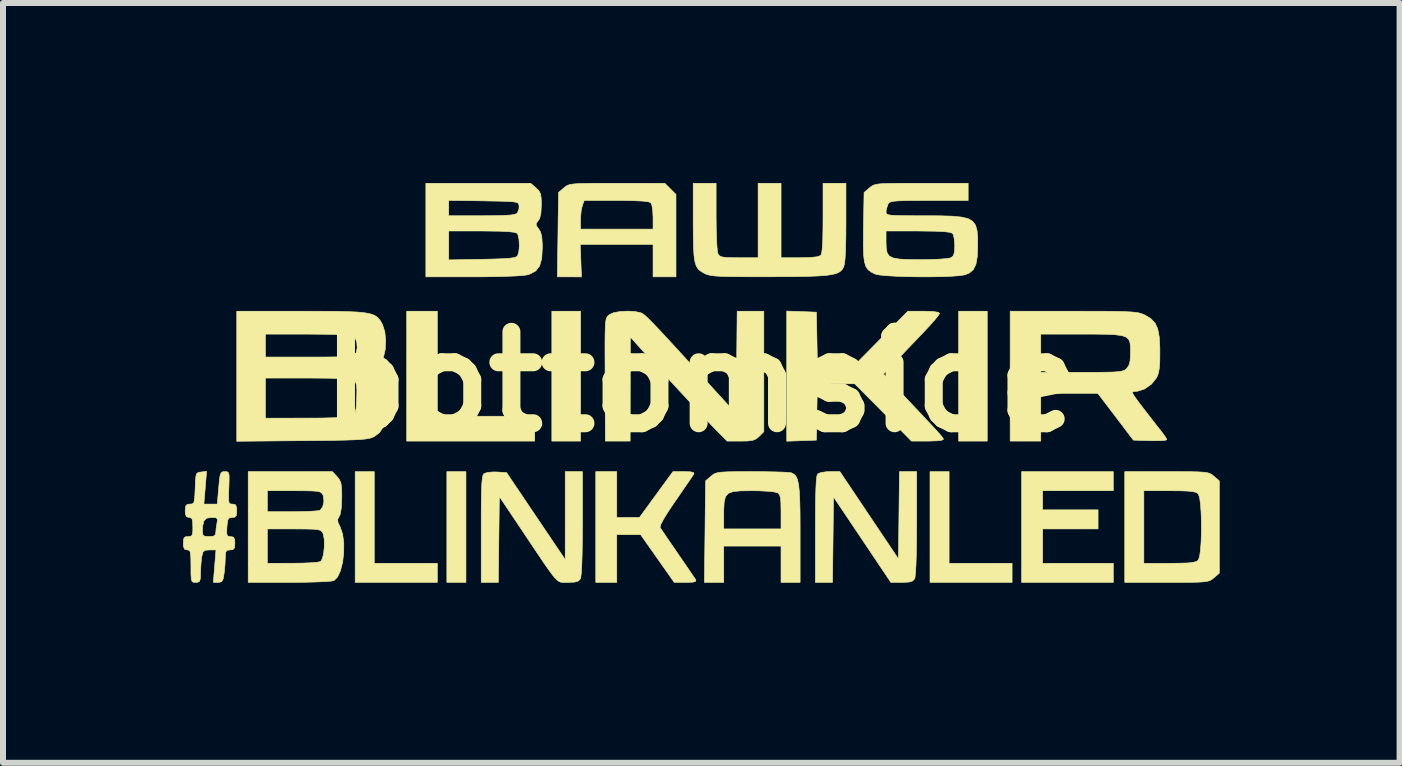
<source format=kicad_pcb>
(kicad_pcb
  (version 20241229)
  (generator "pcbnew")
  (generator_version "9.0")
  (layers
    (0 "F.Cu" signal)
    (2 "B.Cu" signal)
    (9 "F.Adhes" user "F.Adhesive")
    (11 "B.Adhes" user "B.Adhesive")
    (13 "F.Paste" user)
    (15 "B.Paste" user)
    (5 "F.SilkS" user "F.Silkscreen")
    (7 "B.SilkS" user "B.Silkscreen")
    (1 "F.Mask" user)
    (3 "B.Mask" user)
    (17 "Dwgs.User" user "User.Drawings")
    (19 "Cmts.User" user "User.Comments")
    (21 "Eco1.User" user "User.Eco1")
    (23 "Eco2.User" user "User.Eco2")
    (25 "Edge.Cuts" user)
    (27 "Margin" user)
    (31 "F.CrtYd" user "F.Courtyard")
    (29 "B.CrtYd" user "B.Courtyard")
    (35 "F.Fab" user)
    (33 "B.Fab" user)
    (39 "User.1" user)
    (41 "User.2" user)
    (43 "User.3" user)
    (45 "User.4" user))
  (footprint "bottomside"
    (layer "F.Cu")
    (at 8.631 3.315)
    (property "Reference" "bottomside" (at 0 0 0) (layer "F.SilkS") (effects (font (size 1.524 1.524) (thickness 0.3))))
    (attr through_hole)
    (fp_poly (pts (xy -3.915 3.342) (xy -4.233 3.342) (xy -4.233 1.496) (xy -3.915 1.496) (xy -3.915 3.342)) (stroke (width 0.01) (type solid)) (fill yes) (layer "F.SilkS"))
    (fp_poly (pts (xy -2.005 0.987) (xy -2.483 0.987) (xy -2.483 -1.178) (xy -2.005 -1.178) (xy -2.005 0.987)) (stroke (width 0.01) (type solid)) (fill yes) (layer "F.SilkS"))
    (fp_poly (pts (xy 4.774 0.987) (xy 4.297 0.987) (xy 4.297 -1.178) (xy 4.774 -1.178) (xy 4.774 0.987)) (stroke (width 0.01) (type solid)) (fill yes) (layer "F.SilkS"))
    (fp_poly (pts (xy -5.443 3.024) (xy -4.392 3.024) (xy -4.392 3.342) (xy -5.761 3.342) (xy -5.761 1.496) (xy -5.443 1.496) (xy -5.443 3.024)) (stroke (width 0.01) (type solid)) (fill yes) (layer "F.SilkS"))
    (fp_poly (pts (xy -4.392 0.573) (xy -2.769 0.573) (xy -2.769 0.987) (xy -4.902 0.987) (xy -4.902 -1.178) (xy -4.392 -1.178) (xy -4.392 0.573)) (stroke (width 0.01) (type solid)) (fill yes) (layer "F.SilkS"))
    (fp_poly (pts (xy 4.138 3.024) (xy 5.188 3.024) (xy 5.188 3.342) (xy 3.82 3.342) (xy 3.82 1.496) (xy 4.138 1.496) (xy 4.138 3.024)) (stroke (width 0.01) (type solid)) (fill yes) (layer "F.SilkS"))
    (fp_poly (pts (xy 6.875 1.814) (xy 5.697 1.814) (xy 5.697 2.133) (xy 6.621 2.133) (xy 6.621 2.451) (xy 5.697 2.451) (xy 5.697 3.024) (xy 6.875 3.024) (xy 6.875 3.342) (xy 5.347 3.342) (xy 5.347 1.496) (xy 6.875 1.496) (xy 6.875 1.814)) (stroke (width 0.01) (type solid)) (fill yes) (layer "F.SilkS"))
    (fp_poly (pts (xy 3.294 2.951) (xy 3.311 1.496) (xy 3.597 1.496) (xy 3.597 2.357) (xy 3.595 2.632) (xy 3.592 2.865) (xy 3.586 3.052) (xy 3.578 3.187) (xy 3.569 3.265) (xy 3.564 3.281) (xy 3.532 3.317) (xy 3.474 3.336) (xy 3.373 3.342) (xy 3.349 3.342) (xy 3.167 3.341) (xy 2.69 2.63) (xy 2.212 1.918) (xy 2.195 3.342) (xy 1.91 3.342) (xy 1.91 2.457) (xy 1.911 2.171) (xy 1.913 1.945) (xy 1.918 1.772) (xy 1.925 1.65) (xy 1.934 1.573) (xy 1.946 1.536) (xy 1.948 1.534) (xy 2 1.512) (xy 2.091 1.498) (xy 2.152 1.496) (xy 2.318 1.496) (xy 3.294 2.951)) (stroke (width 0.01) (type solid)) (fill yes) (layer "F.SilkS"))
    (fp_poly (pts (xy -1.401 2.26) (xy -1.023 2.26) (xy -0.744 1.878) (xy -0.465 1.496) (xy -0.279 1.496) (xy -0.174 1.499) (xy -0.122 1.51) (xy -0.114 1.531) (xy -0.118 1.538) (xy -0.144 1.578) (xy -0.2 1.66) (xy -0.278 1.773) (xy -0.371 1.909) (xy -0.423 1.984) (xy -0.536 2.151) (xy -0.618 2.283) (xy -0.667 2.376) (xy -0.68 2.424) (xy -0.679 2.427) (xy -0.653 2.466) (xy -0.598 2.547) (xy -0.521 2.661) (xy -0.428 2.795) (xy -0.381 2.865) (xy -0.284 3.006) (xy -0.198 3.131) (xy -0.132 3.229) (xy -0.091 3.289) (xy -0.083 3.302) (xy -0.086 3.325) (xy -0.133 3.338) (xy -0.234 3.342) (xy -0.252 3.342) (xy -0.443 3.342) (xy -1.003 2.547) (xy -1.202 2.547) (xy -1.401 2.546) (xy -1.401 3.342) (xy -1.751 3.342) (xy -1.751 1.496) (xy -1.401 1.496) (xy -1.401 2.26)) (stroke (width 0.01) (type solid)) (fill yes) (layer "F.SilkS"))
    (fp_poly (pts (xy -0.507 -3.217) (xy -0.414 -3.124) (xy -0.414 -1.751) (xy -0.796 -1.751) (xy -0.796 -2.292) (xy -2.01 -2.292) (xy -2 -2.021) (xy -1.989 -1.75) (xy -2.391 -1.751) (xy -2.381 -2.454) (xy -2.378 -2.703) (xy -2.005 -2.703) (xy -2.005 -2.546) (xy -0.796 -2.546) (xy -0.796 -2.747) (xy -0.802 -2.862) (xy -0.817 -2.95) (xy -0.834 -2.986) (xy -0.876 -3.002) (xy -0.968 -3.013) (xy -1.115 -3.02) (xy -1.32 -3.024) (xy -1.408 -3.024) (xy -1.943 -3.024) (xy -1.974 -2.942) (xy -1.993 -2.861) (xy -2.004 -2.751) (xy -2.005 -2.703) (xy -2.378 -2.703) (xy -2.371 -3.157) (xy -2.282 -3.234) (xy -2.253 -3.257) (xy -2.223 -3.275) (xy -2.184 -3.289) (xy -2.128 -3.298) (xy -2.046 -3.304) (xy -1.93 -3.308) (xy -1.772 -3.31) (xy -1.564 -3.31) (xy -1.396 -3.31) (xy -0.6 -3.31) (xy -0.507 -3.217)) (stroke (width 0.01) (type solid)) (fill yes) (layer "F.SilkS"))
    (fp_poly (pts (xy -1.973 2.357) (xy -1.975 2.632) (xy -1.978 2.865) (xy -1.984 3.052) (xy -1.992 3.187) (xy -2.002 3.265) (xy -2.006 3.281) (xy -2.04 3.318) (xy -2.101 3.337) (xy -2.206 3.342) (xy -2.213 3.342) (xy -2.264 3.343) (xy -2.305 3.343) (xy -2.341 3.337) (xy -2.377 3.319) (xy -2.417 3.283) (xy -2.467 3.226) (xy -2.531 3.14) (xy -2.613 3.022) (xy -2.719 2.865) (xy -2.853 2.665) (xy -2.96 2.505) (xy -3.358 1.911) (xy -3.367 2.627) (xy -3.375 3.342) (xy -3.66 3.342) (xy -3.66 2.455) (xy -3.66 2.185) (xy -3.658 1.973) (xy -3.655 1.811) (xy -3.65 1.693) (xy -3.642 1.611) (xy -3.632 1.561) (xy -3.619 1.534) (xy -3.615 1.53) (xy -3.556 1.509) (xy -3.458 1.501) (xy -3.404 1.502) (xy -3.238 1.512) (xy -2.749 2.238) (xy -2.26 2.963) (xy -2.26 1.496) (xy -1.973 1.496) (xy -1.973 2.357)) (stroke (width 0.01) (type solid)) (fill yes) (layer "F.SilkS"))
    (fp_poly (pts (xy 1.679 -1.171) (xy 1.926 -1.162) (xy 1.935 -0.724) (xy 1.943 -0.286) (xy 2.57 -0.286) (xy 3.01 -0.732) (xy 3.451 -1.178) (xy 3.715 -1.178) (xy 3.864 -1.173) (xy 3.953 -1.161) (xy 3.979 -1.142) (xy 3.958 -1.106) (xy 3.901 -1.035) (xy 3.816 -0.939) (xy 3.712 -0.827) (xy 3.701 -0.816) (xy 3.571 -0.68) (xy 3.436 -0.539) (xy 3.313 -0.41) (xy 3.234 -0.328) (xy 3.045 -0.131) (xy 3.473 0.325) (xy 3.646 0.508) (xy 3.779 0.65) (xy 3.879 0.757) (xy 3.95 0.834) (xy 3.996 0.887) (xy 4.024 0.921) (xy 4.038 0.942) (xy 4.042 0.956) (xy 4.042 0.961) (xy 4.013 0.973) (xy 3.935 0.982) (xy 3.822 0.986) (xy 3.777 0.987) (xy 3.512 0.987) (xy 3.039 0.509) (xy 2.565 0.032) (xy 1.943 0.032) (xy 1.934 0.501) (xy 1.926 0.971) (xy 1.679 0.98) (xy 1.432 0.989) (xy 1.432 -1.18) (xy 1.679 -1.171)) (stroke (width 0.01) (type solid)) (fill yes) (layer "F.SilkS"))
    (fp_poly (pts (xy 7.993 1.496) (xy 8.166 1.497) (xy 8.293 1.5) (xy 8.384 1.506) (xy 8.446 1.515) (xy 8.488 1.528) (xy 8.521 1.547) (xy 8.551 1.572) (xy 8.552 1.573) (xy 8.642 1.65) (xy 8.642 3.188) (xy 8.552 3.265) (xy 8.522 3.29) (xy 8.49 3.309) (xy 8.448 3.323) (xy 8.386 3.332) (xy 8.297 3.338) (xy 8.172 3.341) (xy 8 3.342) (xy 7.775 3.342) (xy 7.066 3.342) (xy 7.066 1.814) (xy 7.384 1.814) (xy 7.384 3.024) (xy 7.812 3.024) (xy 7.993 3.022) (xy 8.122 3.018) (xy 8.207 3.008) (xy 8.26 2.993) (xy 8.289 2.974) (xy 8.311 2.92) (xy 8.327 2.817) (xy 8.338 2.678) (xy 8.344 2.517) (xy 8.344 2.348) (xy 8.339 2.185) (xy 8.329 2.042) (xy 8.314 1.932) (xy 8.293 1.869) (xy 8.289 1.864) (xy 8.257 1.843) (xy 8.201 1.829) (xy 8.112 1.82) (xy 7.979 1.815) (xy 7.812 1.814) (xy 7.384 1.814) (xy 7.066 1.814) (xy 7.066 1.496) (xy 7.765 1.496) (xy 7.993 1.496)) (stroke (width 0.01) (type solid)) (fill yes) (layer "F.SilkS"))
    (fp_poly (pts (xy -1.088 -1.171) (xy -0.993 -1.149) (xy -0.98 -1.142) (xy -0.958 -1.129) (xy -0.93 -1.107) (xy -0.892 -1.072) (xy -0.84 -1.021) (xy -0.771 -0.95) (xy -0.681 -0.855) (xy -0.566 -0.731) (xy -0.423 -0.576) (xy -0.247 -0.384) (xy -0.035 -0.151) (xy 0.15 0.051) (xy 0.589 0.532) (xy 0.606 -1.178) (xy 1.05 -1.178) (xy 1.05 0.83) (xy 0.972 0.909) (xy 0.922 0.95) (xy 0.865 0.974) (xy 0.781 0.985) (xy 0.666 0.987) (xy 0.438 0.987) (xy 0.256 0.804) (xy 0.189 0.734) (xy 0.087 0.626) (xy -0.043 0.487) (xy -0.192 0.326) (xy -0.354 0.152) (xy -0.52 -0.028) (xy -0.683 -0.205) (xy -0.834 -0.37) (xy -0.967 -0.516) (xy -1.073 -0.634) (xy -1.175 -0.748) (xy -1.178 0.987) (xy -1.591 0.987) (xy -1.595 0.04) (xy -1.596 -0.253) (xy -1.597 -0.489) (xy -1.597 -0.674) (xy -1.595 -0.815) (xy -1.592 -0.919) (xy -1.587 -0.992) (xy -1.579 -1.042) (xy -1.568 -1.073) (xy -1.554 -1.094) (xy -1.536 -1.111) (xy -1.522 -1.122) (xy -1.451 -1.154) (xy -1.34 -1.173) (xy -1.211 -1.179) (xy -1.088 -1.171)) (stroke (width 0.01) (type solid)) (fill yes) (layer "F.SilkS"))
    (fp_poly (pts (xy 1.051 1.497) (xy 1.223 1.5) (xy 1.364 1.504) (xy 1.464 1.51) (xy 1.51 1.516) (xy 1.552 1.538) (xy 1.585 1.572) (xy 1.61 1.626) (xy 1.629 1.707) (xy 1.641 1.821) (xy 1.649 1.975) (xy 1.654 2.177) (xy 1.655 2.434) (xy 1.655 2.529) (xy 1.655 3.342) (xy 1.337 3.342) (xy 1.337 2.737) (xy 0.382 2.737) (xy 0.382 3.342) (xy 0.06 3.342) (xy 0.07 2.496) (xy 0.073 2.203) (xy 0.382 2.203) (xy 0.382 2.451) (xy 1.337 2.451) (xy 1.337 2.166) (xy 1.335 2.027) (xy 1.329 1.938) (xy 1.314 1.886) (xy 1.29 1.856) (xy 1.275 1.847) (xy 1.22 1.834) (xy 1.116 1.823) (xy 0.98 1.816) (xy 0.847 1.814) (xy 0.667 1.816) (xy 0.54 1.828) (xy 0.458 1.858) (xy 0.411 1.914) (xy 0.389 2.003) (xy 0.382 2.134) (xy 0.382 2.203) (xy 0.073 2.203) (xy 0.08 1.65) (xy 0.169 1.573) (xy 0.202 1.546) (xy 0.237 1.526) (xy 0.283 1.513) (xy 0.35 1.504) (xy 0.448 1.499) (xy 0.587 1.497) (xy 0.776 1.496) (xy 0.859 1.496) (xy 1.051 1.497)) (stroke (width 0.01) (type solid)) (fill yes) (layer "F.SilkS"))
    (fp_poly (pts (xy 0.255 -2.751) (xy 0.257 -2.55) (xy 0.262 -2.378) (xy 0.27 -2.243) (xy 0.28 -2.156) (xy 0.288 -2.13) (xy 0.309 -2.102) (xy 0.347 -2.084) (xy 0.413 -2.074) (xy 0.52 -2.07) (xy 0.638 -2.069) (xy 0.955 -2.069) (xy 0.955 -3.31) (xy 1.337 -3.31) (xy 1.337 -2.069) (xy 1.649 -2.069) (xy 1.819 -2.073) (xy 1.936 -2.085) (xy 1.996 -2.105) (xy 1.999 -2.107) (xy 2.014 -2.147) (xy 2.025 -2.235) (xy 2.033 -2.375) (xy 2.036 -2.572) (xy 2.037 -2.728) (xy 2.037 -3.31) (xy 2.419 -3.31) (xy 2.419 -2.65) (xy 2.417 -2.393) (xy 2.412 -2.195) (xy 2.404 -2.05) (xy 2.392 -1.956) (xy 2.378 -1.91) (xy 2.353 -1.869) (xy 2.317 -1.836) (xy 2.266 -1.81) (xy 2.192 -1.79) (xy 2.089 -1.775) (xy 1.95 -1.765) (xy 1.77 -1.758) (xy 1.54 -1.754) (xy 1.256 -1.753) (xy 1.146 -1.752) (xy 0.867 -1.752) (xy 0.645 -1.753) (xy 0.471 -1.755) (xy 0.339 -1.759) (xy 0.241 -1.765) (xy 0.169 -1.774) (xy 0.117 -1.785) (xy 0.077 -1.8) (xy 0.064 -1.806) (xy 0.004 -1.84) (xy -0.042 -1.879) (xy -0.076 -1.931) (xy -0.099 -2.006) (xy -0.114 -2.111) (xy -0.122 -2.254) (xy -0.126 -2.446) (xy -0.127 -2.666) (xy -0.127 -3.31) (xy 0.255 -3.31) (xy 0.255 -2.751)) (stroke (width 0.01) (type solid)) (fill yes) (layer "F.SilkS"))
    (fp_poly (pts (xy -2.747 -3.233) (xy -2.698 -3.185) (xy -2.671 -3.132) (xy -2.66 -3.055) (xy -2.658 -2.95) (xy -2.665 -2.812) (xy -2.687 -2.722) (xy -2.711 -2.685) (xy -2.745 -2.639) (xy -2.739 -2.599) (xy -2.703 -2.551) (xy -2.67 -2.495) (xy -2.651 -2.419) (xy -2.643 -2.306) (xy -2.642 -2.229) (xy -2.652 -2.055) (xy -2.687 -1.932) (xy -2.752 -1.849) (xy -2.853 -1.795) (xy -2.89 -1.784) (xy -2.956 -1.774) (xy -3.075 -1.766) (xy -3.238 -1.759) (xy -3.436 -1.754) (xy -3.657 -1.751) (xy -3.796 -1.751) (xy -4.583 -1.751) (xy -4.583 -2.515) (xy -4.202 -2.515) (xy -4.202 -2.033) (xy -3.643 -2.043) (xy -3.435 -2.048) (xy -3.281 -2.054) (xy -3.174 -2.062) (xy -3.106 -2.073) (xy -3.068 -2.088) (xy -3.055 -2.101) (xy -3.033 -2.169) (xy -3.025 -2.268) (xy -3.03 -2.37) (xy -3.047 -2.451) (xy -3.062 -2.476) (xy -3.103 -2.492) (xy -3.194 -2.503) (xy -3.339 -2.511) (xy -3.541 -2.514) (xy -3.651 -2.515) (xy -4.202 -2.515) (xy -4.583 -2.515) (xy -4.583 -2.769) (xy -4.202 -2.769) (xy -3.648 -2.769) (xy -3.439 -2.77) (xy -3.285 -2.774) (xy -3.177 -2.78) (xy -3.108 -2.79) (xy -3.069 -2.805) (xy -3.057 -2.815) (xy -3.031 -2.882) (xy -3.029 -2.935) (xy -3.035 -2.96) (xy -3.047 -2.98) (xy -3.077 -2.993) (xy -3.132 -3.002) (xy -3.221 -3.008) (xy -3.352 -3.012) (xy -3.536 -3.015) (xy -3.621 -3.017) (xy -4.202 -3.025) (xy -4.202 -2.769) (xy -4.583 -2.769) (xy -4.583 -3.31) (xy -2.836 -3.31) (xy -2.747 -3.233)) (stroke (width 0.01) (type solid)) (fill yes) (layer "F.SilkS"))
    (fp_poly (pts (xy -6.062 1.58) (xy -6.023 1.63) (xy -5.999 1.684) (xy -5.988 1.762) (xy -5.984 1.881) (xy -5.984 1.924) (xy -5.991 2.095) (xy -6.011 2.208) (xy -6.028 2.245) (xy -6.053 2.292) (xy -6.047 2.345) (xy -6.012 2.417) (xy -5.971 2.536) (xy -5.951 2.684) (xy -5.952 2.845) (xy -5.97 3.004) (xy -6.006 3.146) (xy -6.056 3.254) (xy -6.113 3.311) (xy -6.161 3.321) (xy -6.264 3.329) (xy -6.41 3.335) (xy -6.59 3.34) (xy -6.795 3.342) (xy -6.857 3.342) (xy -7.544 3.342) (xy -7.544 2.451) (xy -7.225 2.451) (xy -7.225 3.024) (xy -6.804 3.023) (xy -6.643 3.021) (xy -6.503 3.015) (xy -6.398 3.007) (xy -6.341 2.996) (xy -6.336 2.994) (xy -6.307 2.945) (xy -6.286 2.854) (xy -6.275 2.743) (xy -6.276 2.632) (xy -6.29 2.544) (xy -6.3 2.519) (xy -6.318 2.492) (xy -6.345 2.473) (xy -6.392 2.461) (xy -6.469 2.455) (xy -6.587 2.452) (xy -6.757 2.451) (xy -6.781 2.451) (xy -7.225 2.451) (xy -7.544 2.451) (xy -7.544 1.814) (xy -7.225 1.814) (xy -7.225 2.164) (xy -6.804 2.164) (xy -6.644 2.162) (xy -6.506 2.157) (xy -6.403 2.15) (xy -6.348 2.141) (xy -6.345 2.14) (xy -6.302 2.081) (xy -6.282 1.992) (xy -6.291 1.903) (xy -6.301 1.881) (xy -6.319 1.854) (xy -6.346 1.836) (xy -6.394 1.824) (xy -6.473 1.818) (xy -6.594 1.815) (xy -6.767 1.814) (xy -6.781 1.814) (xy -7.225 1.814) (xy -7.544 1.814) (xy -7.544 1.496) (xy -6.14 1.496) (xy -6.062 1.58)) (stroke (width 0.01) (type solid)) (fill yes) (layer "F.SilkS"))
    (fp_poly (pts (xy 6.502 -1.177) (xy 6.735 -1.177) (xy 6.918 -1.175) (xy 7.06 -1.171) (xy 7.166 -1.166) (xy 7.245 -1.159) (xy 7.304 -1.149) (xy 7.349 -1.136) (xy 7.389 -1.12) (xy 7.399 -1.115) (xy 7.5 -1.055) (xy 7.571 -0.981) (xy 7.616 -0.882) (xy 7.641 -0.747) (xy 7.651 -0.562) (xy 7.651 -0.511) (xy 7.65 -0.342) (xy 7.641 -0.221) (xy 7.624 -0.135) (xy 7.597 -0.07) (xy 7.512 0.037) (xy 7.397 0.118) (xy 7.275 0.157) (xy 7.249 0.159) (xy 7.212 0.161) (xy 7.195 0.172) (xy 7.203 0.202) (xy 7.24 0.259) (xy 7.308 0.352) (xy 7.374 0.438) (xy 7.472 0.565) (xy 7.565 0.685) (xy 7.641 0.782) (xy 7.677 0.827) (xy 7.731 0.899) (xy 7.763 0.952) (xy 7.766 0.963) (xy 7.737 0.974) (xy 7.658 0.98) (xy 7.545 0.981) (xy 7.488 0.98) (xy 7.21 0.971) (xy 6.914 0.581) (xy 6.617 0.191) (xy 5.666 0.191) (xy 5.666 0.987) (xy 5.156 0.987) (xy 5.156 -0.796) (xy 5.666 -0.796) (xy 5.666 -0.159) (xy 6.35 -0.159) (xy 6.577 -0.159) (xy 6.748 -0.161) (xy 6.874 -0.164) (xy 6.962 -0.17) (xy 7.02 -0.18) (xy 7.059 -0.193) (xy 7.086 -0.212) (xy 7.098 -0.223) (xy 7.135 -0.275) (xy 7.155 -0.349) (xy 7.162 -0.464) (xy 7.162 -0.492) (xy 7.161 -0.584) (xy 7.153 -0.656) (xy 7.131 -0.709) (xy 7.088 -0.747) (xy 7.016 -0.771) (xy 6.908 -0.786) (xy 6.758 -0.793) (xy 6.557 -0.796) (xy 6.343 -0.796) (xy 5.666 -0.796) (xy 5.156 -0.796) (xy 5.156 -1.178) (xy 6.213 -1.178) (xy 6.502 -1.177)) (stroke (width 0.01) (type solid)) (fill yes) (layer "F.SilkS"))
    (fp_poly (pts (xy -6.66 -1.178) (xy -6.346 -1.177) (xy -6.09 -1.176) (xy -5.884 -1.171) (xy -5.722 -1.164) (xy -5.598 -1.151) (xy -5.506 -1.133) (xy -5.438 -1.109) (xy -5.389 -1.076) (xy -5.352 -1.035) (xy -5.321 -0.984) (xy -5.306 -0.955) (xy -5.267 -0.836) (xy -5.253 -0.691) (xy -5.26 -0.541) (xy -5.29 -0.408) (xy -5.339 -0.312) (xy -5.344 -0.306) (xy -5.419 -0.226) (xy -5.336 -0.126) (xy -5.299 -0.079) (xy -5.275 -0.031) (xy -5.261 0.031) (xy -5.254 0.122) (xy -5.252 0.257) (xy -5.252 0.322) (xy -5.256 0.519) (xy -5.272 0.664) (xy -5.304 0.768) (xy -5.354 0.844) (xy -5.428 0.901) (xy -5.451 0.915) (xy -5.485 0.93) (xy -5.528 0.942) (xy -5.588 0.952) (xy -5.671 0.96) (xy -5.785 0.966) (xy -5.935 0.971) (xy -6.13 0.975) (xy -6.375 0.978) (xy -6.644 0.98) (xy -7.735 0.99) (xy -7.735 -0.064) (xy -7.257 -0.064) (xy -7.257 0.605) (xy -6.581 0.604) (xy -6.321 0.603) (xy -6.121 0.598) (xy -5.974 0.59) (xy -5.877 0.578) (xy -5.825 0.564) (xy -5.785 0.538) (xy -5.76 0.502) (xy -5.746 0.44) (xy -5.739 0.336) (xy -5.736 0.27) (xy -5.733 0.138) (xy -5.739 0.054) (xy -5.755 0.005) (xy -5.782 -0.023) (xy -5.821 -0.038) (xy -5.897 -0.048) (xy -6.016 -0.056) (xy -6.184 -0.061) (xy -6.407 -0.063) (xy -6.547 -0.064) (xy -7.257 -0.064) (xy -7.735 -0.064) (xy -7.735 -0.796) (xy -7.257 -0.796) (xy -7.257 -0.414) (xy -6.513 -0.414) (xy -6.273 -0.414) (xy -6.09 -0.416) (xy -5.955 -0.419) (xy -5.861 -0.425) (xy -5.801 -0.433) (xy -5.766 -0.445) (xy -5.75 -0.46) (xy -5.749 -0.464) (xy -5.728 -0.566) (xy -5.735 -0.666) (xy -5.767 -0.742) (xy -5.791 -0.763) (xy -5.844 -0.774) (xy -5.953 -0.783) (xy -6.112 -0.79) (xy -6.314 -0.794) (xy -6.552 -0.796) (xy -7.257 -0.796) (xy -7.735 -0.796) (xy -7.735 -1.178) (xy -6.66 -1.178)) (stroke (width 0.01) (type solid)) (fill yes) (layer "F.SilkS"))
    (fp_poly (pts (xy 4.456 -3.024) (xy 3.805 -3.024) (xy 3.585 -3.023) (xy 3.42 -3.022) (xy 3.302 -3.018) (xy 3.222 -3.012) (xy 3.171 -3.003) (xy 3.142 -2.989) (xy 3.125 -2.97) (xy 3.12 -2.962) (xy 3.093 -2.88) (xy 3.087 -2.835) (xy 3.09 -2.813) (xy 3.101 -2.796) (xy 3.131 -2.784) (xy 3.187 -2.777) (xy 3.277 -2.772) (xy 3.41 -2.77) (xy 3.593 -2.769) (xy 3.726 -2.769) (xy 3.987 -2.768) (xy 4.191 -2.762) (xy 4.345 -2.747) (xy 4.457 -2.72) (xy 4.532 -2.676) (xy 4.579 -2.612) (xy 4.604 -2.523) (xy 4.614 -2.407) (xy 4.615 -2.276) (xy 4.608 -2.091) (xy 4.585 -1.958) (xy 4.54 -1.868) (xy 4.47 -1.811) (xy 4.4 -1.784) (xy 4.317 -1.771) (xy 4.186 -1.761) (xy 4.02 -1.754) (xy 3.831 -1.751) (xy 3.631 -1.751) (xy 3.433 -1.754) (xy 3.25 -1.761) (xy 3.092 -1.77) (xy 2.974 -1.782) (xy 2.907 -1.797) (xy 2.907 -1.797) (xy 2.839 -1.831) (xy 2.787 -1.87) (xy 2.751 -1.924) (xy 2.727 -2.002) (xy 2.714 -2.112) (xy 2.709 -2.264) (xy 2.71 -2.466) (xy 2.71 -2.515) (xy 3.087 -2.515) (xy 3.087 -2.325) (xy 3.091 -2.224) (xy 3.106 -2.149) (xy 3.142 -2.097) (xy 3.207 -2.065) (xy 3.31 -2.047) (xy 3.459 -2.039) (xy 3.663 -2.037) (xy 3.67 -2.037) (xy 3.836 -2.039) (xy 3.983 -2.046) (xy 4.097 -2.055) (xy 4.164 -2.067) (xy 4.172 -2.07) (xy 4.21 -2.105) (xy 4.229 -2.168) (xy 4.233 -2.271) (xy 4.226 -2.373) (xy 4.209 -2.451) (xy 4.195 -2.476) (xy 4.153 -2.492) (xy 4.061 -2.504) (xy 3.914 -2.511) (xy 3.709 -2.514) (xy 3.622 -2.515) (xy 3.087 -2.515) (xy 2.71 -2.515) (xy 2.711 -2.579) (xy 2.721 -3.157) (xy 2.811 -3.234) (xy 2.84 -3.257) (xy 2.87 -3.276) (xy 2.91 -3.289) (xy 2.967 -3.299) (xy 3.05 -3.305) (xy 3.168 -3.308) (xy 3.328 -3.31) (xy 3.539 -3.31) (xy 3.678 -3.31) (xy 4.456 -3.31) (xy 4.456 -3.024)) (stroke (width 0.01) (type solid)) (fill yes) (layer "F.SilkS"))
    (fp_poly (pts (xy -8.26 1.764) (xy -8.283 2.037) (xy -8.059 2.037) (xy -8.036 1.767) (xy -8.024 1.636) (xy -8.012 1.556) (xy -7.995 1.514) (xy -7.969 1.498) (xy -7.934 1.496) (xy -7.896 1.498) (xy -7.874 1.513) (xy -7.863 1.553) (xy -7.862 1.631) (xy -7.866 1.76) (xy -7.867 1.767) (xy -7.871 1.898) (xy -7.87 1.978) (xy -7.86 2.019) (xy -7.838 2.035) (xy -7.806 2.037) (xy -7.757 2.047) (xy -7.738 2.089) (xy -7.735 2.148) (xy -7.741 2.224) (xy -7.768 2.255) (xy -7.811 2.26) (xy -7.857 2.266) (xy -7.882 2.297) (xy -7.894 2.367) (xy -7.899 2.419) (xy -7.903 2.513) (xy -7.894 2.561) (xy -7.866 2.577) (xy -7.838 2.578) (xy -7.789 2.588) (xy -7.769 2.63) (xy -7.766 2.69) (xy -7.772 2.765) (xy -7.799 2.796) (xy -7.846 2.801) (xy -7.898 2.808) (xy -7.921 2.842) (xy -7.926 2.921) (xy -7.926 2.924) (xy -7.93 3.036) (xy -7.942 3.163) (xy -7.946 3.194) (xy -7.962 3.285) (xy -7.986 3.329) (xy -8.029 3.342) (xy -8.046 3.342) (xy -8.125 3.342) (xy -8.103 3.072) (xy -8.081 2.801) (xy -8.19 2.801) (xy -8.263 2.807) (xy -8.298 2.836) (xy -8.317 2.909) (xy -8.319 2.92) (xy -8.331 3.03) (xy -8.338 3.157) (xy -8.339 3.191) (xy -8.342 3.282) (xy -8.357 3.327) (xy -8.392 3.341) (xy -8.419 3.342) (xy -8.457 3.34) (xy -8.481 3.324) (xy -8.493 3.282) (xy -8.498 3.202) (xy -8.498 3.072) (xy -8.5 2.94) (xy -8.505 2.86) (xy -8.518 2.818) (xy -8.541 2.803) (xy -8.562 2.801) (xy -8.606 2.789) (xy -8.624 2.74) (xy -8.626 2.69) (xy -8.62 2.614) (xy -8.593 2.583) (xy -8.546 2.578) (xy -8.499 2.573) (xy -8.475 2.547) (xy -8.468 2.491) (xy -8.307 2.491) (xy -8.3 2.55) (xy -8.266 2.574) (xy -8.196 2.578) (xy -8.119 2.571) (xy -8.088 2.542) (xy -8.085 2.519) (xy -8.079 2.444) (xy -8.065 2.359) (xy -8.056 2.293) (xy -8.076 2.266) (xy -8.142 2.26) (xy -8.157 2.26) (xy -8.236 2.272) (xy -8.282 2.316) (xy -8.303 2.404) (xy -8.307 2.491) (xy -8.468 2.491) (xy -8.467 2.483) (xy -8.467 2.419) (xy -8.47 2.324) (xy -8.484 2.276) (xy -8.516 2.261) (xy -8.53 2.26) (xy -8.574 2.247) (xy -8.592 2.199) (xy -8.594 2.148) (xy -8.588 2.073) (xy -8.561 2.042) (xy -8.516 2.037) (xy -8.477 2.034) (xy -8.453 2.016) (xy -8.44 1.971) (xy -8.433 1.886) (xy -8.428 1.774) (xy -8.423 1.646) (xy -8.415 1.567) (xy -8.4 1.526) (xy -8.372 1.508) (xy -8.328 1.502) (xy -8.238 1.491) (xy -8.26 1.764)) (stroke (width 0.01) (type solid)) (fill yes) (layer "F.SilkS")))
  (gr_rect
    (start -3 -3)
    (end 20.278 9.664)
    (stroke (width 0.1) (type default))
    (fill no)
    (layer "Edge.Cuts")))
</source>
